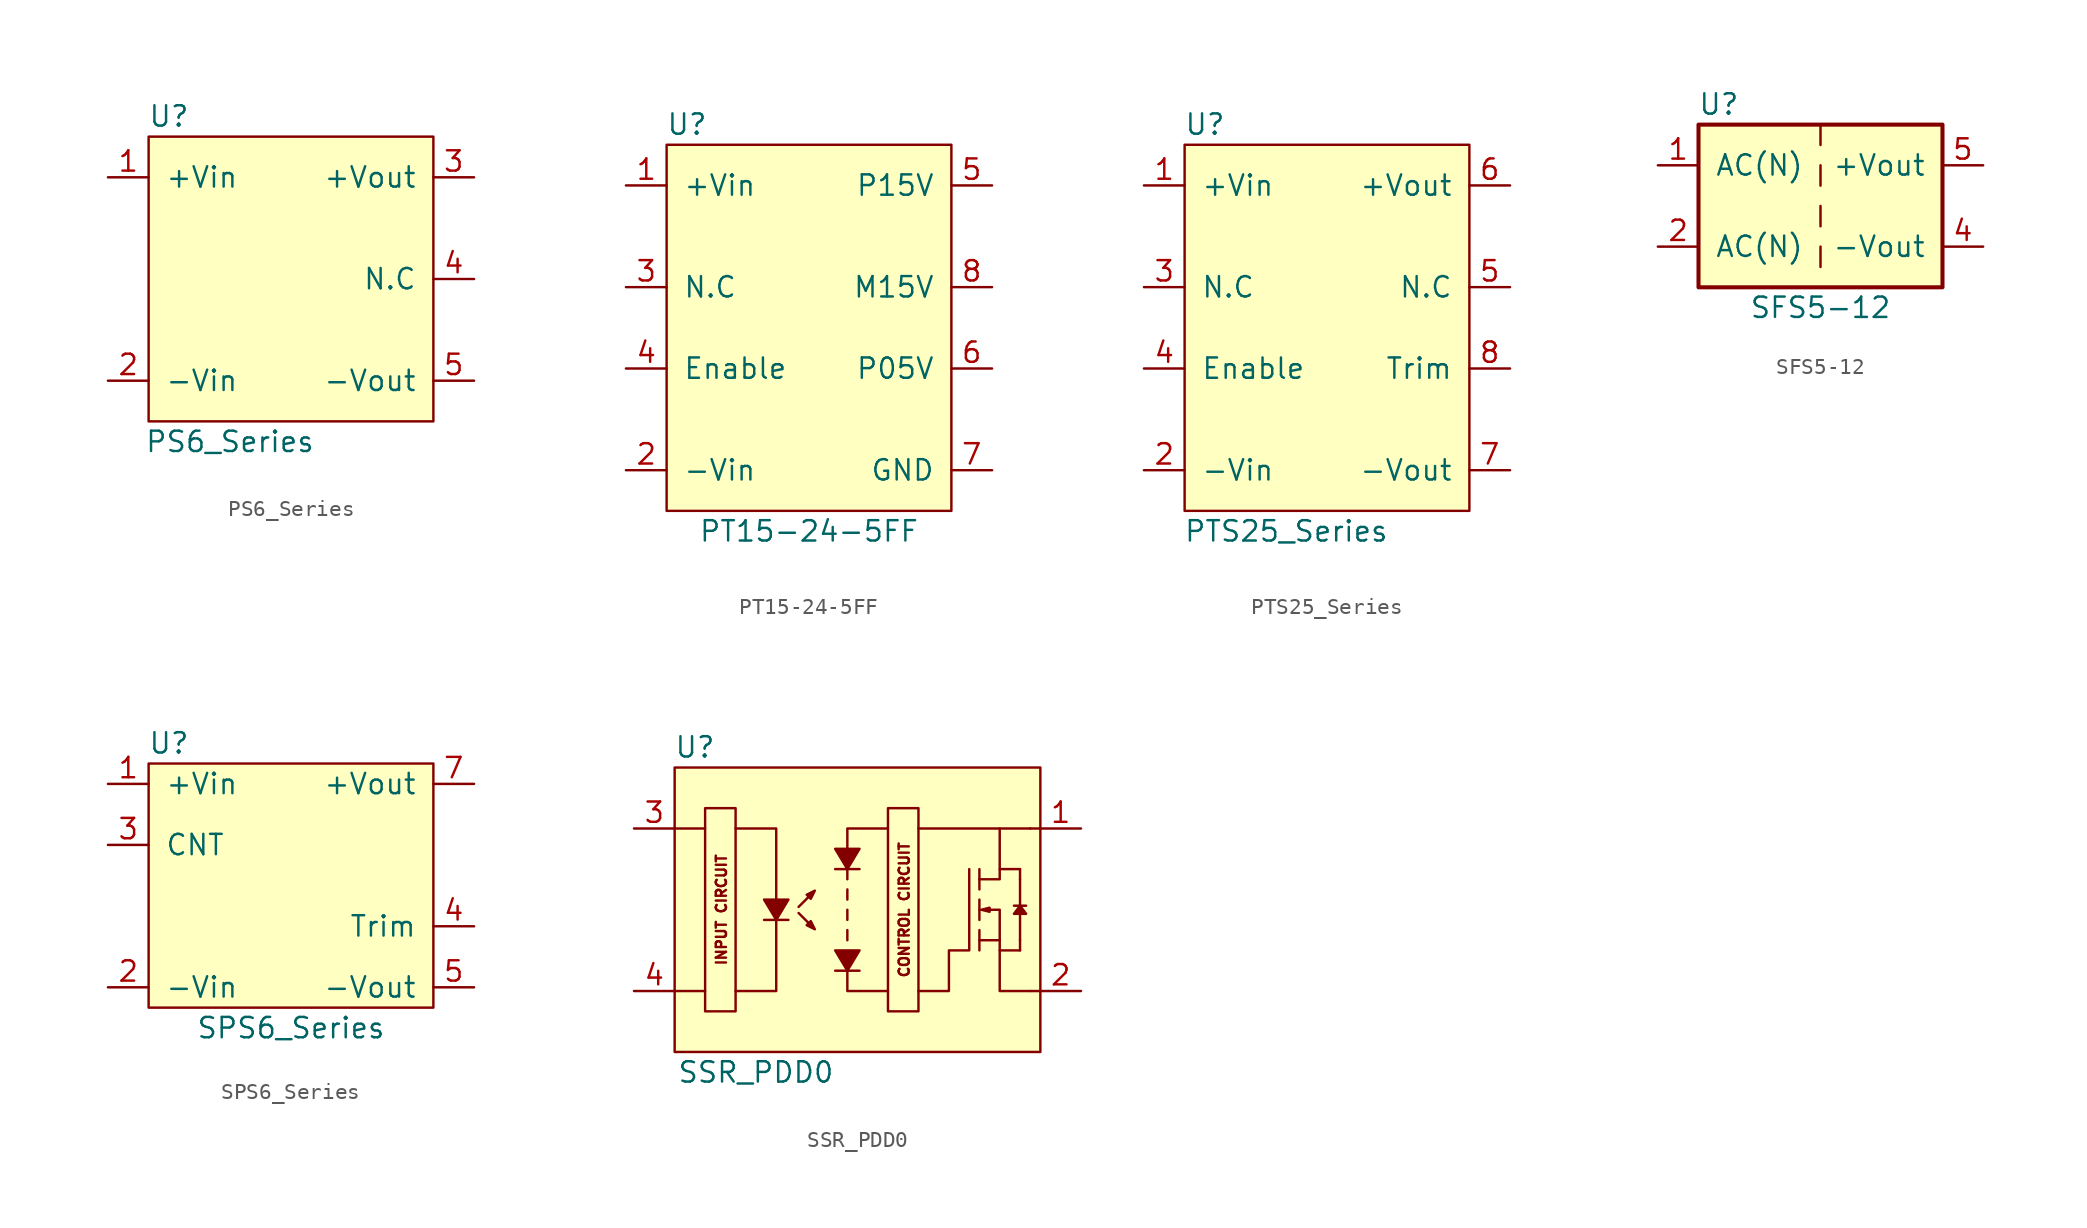
<source format=kicad_sym>
(kicad_symbol_lib
  (version 20211014)
  (generator kicad_symbol_editor)
  (symbol "PS6_Series"
    (pin_names
      (offset 1.016))
    (property "Reference" "U"
      (at -7.62 10.16 0)
      (effects (font (size 1.27 1.27))))
    (property "Value" "PS6_Series"
      (at -3.81 -10.16 0)
      (effects (font (size 1.27 1.27))))
    (symbol "PS6_Series_1_1"
      (rectangle (start 8.89 -8.89) (end -8.89 8.89) (stroke (width 0) (type default) (color 0 0 0 0)) (fill (type background)))
      (pin power_in line (at -11.43 6.35 0) (length 2.54) (name "+Vin" (effects (font (size 1.27 1.27)))) (number "1" (effects (font (size 1.27 1.27)))))
      (pin power_in line (at -11.43 -6.35 0) (length 2.54) (name "-Vin" (effects (font (size 1.27 1.27)))) (number "2" (effects (font (size 1.27 1.27)))))
      (pin power_out line (at 11.43 6.35 180) (length 2.54) (name "+Vout" (effects (font (size 1.27 1.27)))) (number "3" (effects (font (size 1.27 1.27)))))
      (pin unspecified line (at 11.43 0 180) (length 2.54) (name "N.C" (effects (font (size 1.27 1.27)))) (number "4" (effects (font (size 1.27 1.27)))))
      (pin power_out line (at 11.43 -6.35 180) (length 2.54) (name "-Vout" (effects (font (size 1.27 1.27)))) (number "5" (effects (font (size 1.27 1.27)))))))
  (symbol "PT15-24-5FF"
    (pin_names
      (offset 1.016))
    (property "Reference" "U"
      (at -7.62 12.7 0)
      (effects (font (size 1.27 1.27))))
    (property "Value" "PT15-24-5FF"
      (at 0 -12.7 0)
      (effects (font (size 1.27 1.27))))
    (symbol "PT15-24-5FF_1_1"
      (rectangle (start 8.89 -11.43) (end -8.89 11.43) (stroke (width 0) (type default) (color 0 0 0 0)) (fill (type background)))
      (pin unspecified line (at -11.43 8.89 0) (length 2.54) (name "+Vin" (effects (font (size 1.27 1.27)))) (number "1" (effects (font (size 1.27 1.27)))))
      (pin unspecified line (at -11.43 -8.89 0) (length 2.54) (name "-Vin" (effects (font (size 1.27 1.27)))) (number "2" (effects (font (size 1.27 1.27)))))
      (pin unspecified line (at -11.43 2.54 0) (length 2.54) (name "N.C" (effects (font (size 1.27 1.27)))) (number "3" (effects (font (size 1.27 1.27)))))
      (pin unspecified line (at -11.43 -2.54 0) (length 2.54) (name "Enable" (effects (font (size 1.27 1.27)))) (number "4" (effects (font (size 1.27 1.27)))))
      (pin unspecified line (at 11.43 8.89 180) (length 2.54) (name "P15V" (effects (font (size 1.27 1.27)))) (number "5" (effects (font (size 1.27 1.27)))))
      (pin unspecified line (at 11.43 -2.54 180) (length 2.54) (name "P05V" (effects (font (size 1.27 1.27)))) (number "6" (effects (font (size 1.27 1.27)))))
      (pin unspecified line (at 11.43 -8.89 180) (length 2.54) (name "GND" (effects (font (size 1.27 1.27)))) (number "7" (effects (font (size 1.27 1.27)))))
      (pin unspecified line (at 11.43 2.54 180) (length 2.54) (name "M15V" (effects (font (size 1.27 1.27)))) (number "8" (effects (font (size 1.27 1.27)))))))
  (symbol "PTS25_Series"
    (pin_names
      (offset 1.016))
    (property "Reference" "U"
      (at -7.62 12.7 0)
      (effects (font (size 1.27 1.27))))
    (property "Value" "PTS25_Series"
      (at -2.54 -12.7 0)
      (effects (font (size 1.27 1.27))))
    (symbol "PTS25_Series_0_1"
      (rectangle (start 8.89 -11.43) (end -8.89 11.43) (stroke (width 0) (type default) (color 0 0 0 0)) (fill (type background))))
    (symbol "PTS25_Series_1_1"
      (pin power_in line (at -11.43 8.89 0) (length 2.54) (name "+Vin" (effects (font (size 1.27 1.27)))) (number "1" (effects (font (size 1.27 1.27)))))
      (pin power_in line (at -11.43 -8.89 0) (length 2.54) (name "-Vin" (effects (font (size 1.27 1.27)))) (number "2" (effects (font (size 1.27 1.27)))))
      (pin unspecified line (at -11.43 2.54 0) (length 2.54) (name "N.C" (effects (font (size 1.27 1.27)))) (number "3" (effects (font (size 1.27 1.27)))))
      (pin unspecified line (at -11.43 -2.54 0) (length 2.54) (name "Enable" (effects (font (size 1.27 1.27)))) (number "4" (effects (font (size 1.27 1.27)))))
      (pin unspecified line (at 11.43 2.54 180) (length 2.54) (name "N.C" (effects (font (size 1.27 1.27)))) (number "5" (effects (font (size 1.27 1.27)))))
      (pin power_out line (at 11.43 8.89 180) (length 2.54) (name "+Vout" (effects (font (size 1.27 1.27)))) (number "6" (effects (font (size 1.27 1.27)))))
      (pin power_out line (at 11.43 -8.89 180) (length 2.54) (name "-Vout" (effects (font (size 1.27 1.27)))) (number "7" (effects (font (size 1.27 1.27)))))
      (pin unspecified line (at 11.43 -2.54 180) (length 2.54) (name "Trim" (effects (font (size 1.27 1.27)))) (number "8" (effects (font (size 1.27 1.27)))))))
  (symbol "SFS5-12"
    (pin_names
      (offset 1.016))
    (property "Reference" "U"
      (at -6.35 6.35 0)
      (effects (font (size 1.27 1.27))))
    (property "Value" "SFS5-12"
      (at 0 -6.35 0)
      (effects (font (size 1.27 1.27))))
    (symbol "SFS5-12_1_1"
      (rectangle (start -7.62 5.08) (end 7.62 -5.08) (stroke (width 0.254) (type default) (color 0 0 0 0)) (fill (type background)))
      (polyline (pts (xy 0 -2.54) (xy 0 -3.81)) (stroke (width 0) (type default) (color 0 0 0 0)) (fill (type none)))
      (polyline (pts (xy 0 0) (xy 0 -1.27)) (stroke (width 0) (type default) (color 0 0 0 0)) (fill (type none)))
      (polyline (pts (xy 0 2.54) (xy 0 1.27)) (stroke (width 0) (type default) (color 0 0 0 0)) (fill (type none)))
      (polyline (pts (xy 0 5.08) (xy 0 3.81)) (stroke (width 0) (type default) (color 0 0 0 0)) (fill (type none)))
      (pin power_in line (at -10.16 2.54 0) (length 2.54) (name "AC(N)" (effects (font (size 1.27 1.27)))) (number "1" (effects (font (size 1.27 1.27)))))
      (pin power_in line (at -10.16 -2.54 0) (length 2.54) (name "AC(N)" (effects (font (size 1.27 1.27)))) (number "2" (effects (font (size 1.27 1.27)))))
      (pin no_connect line (at 0 -7.62 90) (length 2.54) hide (name "NC" (effects (font (size 1.27 1.27)))) (number "3" (effects (font (size 1.27 1.27)))))
      (pin power_out line (at 10.16 -2.54 180) (length 2.54) (name "-Vout" (effects (font (size 1.27 1.27)))) (number "4" (effects (font (size 1.27 1.27)))))
      (pin power_out line (at 10.16 2.54 180) (length 2.54) (name "+Vout" (effects (font (size 1.27 1.27)))) (number "5" (effects (font (size 1.27 1.27)))))))
  (symbol "SPS6_Series"
    (pin_names
      (offset 1.016))
    (property "Reference" "U"
      (at -7.62 8.89 0)
      (effects (font (size 1.27 1.27))))
    (property "Value" "SPS6_Series"
      (at 0 -8.89 0)
      (effects (font (size 1.27 1.27))))
    (symbol "SPS6_Series_1_1"
      (rectangle (start 8.89 -7.62) (end -8.89 7.62) (stroke (width 0) (type default) (color 0 0 0 0)) (fill (type background)))
      (pin power_in line (at -11.43 6.35 0) (length 2.54) (name "+Vin" (effects (font (size 1.27 1.27)))) (number "1" (effects (font (size 1.27 1.27)))))
      (pin power_in line (at -11.43 -6.35 0) (length 2.54) (name "-Vin" (effects (font (size 1.27 1.27)))) (number "2" (effects (font (size 1.27 1.27)))))
      (pin unspecified line (at -11.43 2.54 0) (length 2.54) (name "CNT" (effects (font (size 1.27 1.27)))) (number "3" (effects (font (size 1.27 1.27)))))
      (pin unspecified line (at 11.43 -2.54 180) (length 2.54) (name "Trim" (effects (font (size 1.27 1.27)))) (number "4" (effects (font (size 1.27 1.27)))))
      (pin power_out line (at 11.43 -6.35 180) (length 2.54) (name "-Vout" (effects (font (size 1.27 1.27)))) (number "5" (effects (font (size 1.27 1.27)))))
      (pin no_connect line (at 11.43 2.54 180) (length 2.54) hide (name "N.C" (effects (font (size 1.27 1.27)))) (number "6" (effects (font (size 1.27 1.27)))))
      (pin power_out line (at 11.43 6.35 180) (length 2.54) (name "+Vout" (effects (font (size 1.27 1.27)))) (number "7" (effects (font (size 1.27 1.27)))))))
  (symbol "SSR_PDD0"
    (pin_names
      (offset 1.016))
    (property "Reference" "U"
      (at -7.62 10.16 0)
      (effects (font (size 1.27 1.27))))
    (property "Value" "SSR_PDD0"
      (at -3.81 -10.16 0)
      (effects (font (size 1.27 1.27))))
    (symbol "SSR_PDD0_0_0"
      (polyline (pts (xy -6.985 -5.08) (xy -8.89 -5.08)) (stroke (width 0) (type default) (color 0 0 0 0)) (fill (type none)))
      (polyline (pts (xy -6.985 5.08) (xy -8.89 5.08)) (stroke (width 0) (type default) (color 0 0 0 0)) (fill (type none)))
      (polyline (pts (xy -1.143 0.178) (xy -0.508 0.813) (xy -0.635 0.94) (xy -0.127 1.194) (xy -0.381 0.686) (xy -0.508 0.813)) (stroke (width 0) (type default) (color 0 0 0 0)) (fill (type outline)))
      (text "CONTROL CIRCUIT" (at 5.461 0 900) (effects (font (size 0.635 0.635))))
      (text "INPUT CIRCUIT" (at -5.969 0 900) (effects (font (size 0.635 0.635)))))
    (symbol "SSR_PDD0_0_1"
      (rectangle (start -8.89 8.89) (end 13.97 -8.89) (stroke (width 0) (type default) (color 0 0 0 0)) (fill (type background)))
      (polyline (pts (xy -3.302 -0.635) (xy -1.778 -0.635)) (stroke (width 0) (type default) (color 0 0 0 0)) (fill (type none)))
      (polyline (pts (xy 1.905 -1.27) (xy 1.905 -1.905)) (stroke (width 0) (type default) (color 0 0 0 0)) (fill (type none)))
      (polyline (pts (xy 1.905 0) (xy 1.905 -0.635)) (stroke (width 0) (type default) (color 0 0 0 0)) (fill (type none)))
      (polyline (pts (xy 1.905 1.27) (xy 1.905 0.635)) (stroke (width 0) (type default) (color 0 0 0 0)) (fill (type none)))
      (polyline (pts (xy 1.905 2.54) (xy 1.905 1.905)) (stroke (width 0) (type default) (color 0 0 0 0)) (fill (type none)))
      (polyline (pts (xy 10.16 -1.27) (xy 10.16 -2.54)) (stroke (width 0) (type default) (color 0 0 0 0)) (fill (type none)))
      (polyline (pts (xy 10.16 0) (xy 10.16 0)) (stroke (width 0) (type default) (color 0 0 0 0)) (fill (type none)))
      (polyline (pts (xy 10.16 0.635) (xy 10.16 -0.635)) (stroke (width 0) (type default) (color 0 0 0 0)) (fill (type none)))
      (polyline (pts (xy 10.16 1.905) (xy 10.16 1.27)) (stroke (width 0) (type default) (color 0 0 0 0)) (fill (type none)))
      (polyline (pts (xy 10.16 2.54) (xy 10.16 1.905)) (stroke (width 0) (type default) (color 0 0 0 0)) (fill (type none)))
      (polyline (pts (xy 11.43 2.54) (xy 12.7 2.54)) (stroke (width 0) (type default) (color 0 0 0 0)) (fill (type none)))
      (polyline (pts (xy 11.43 5.08) (xy 6.35 5.08)) (stroke (width 0) (type default) (color 0 0 0 0)) (fill (type none)))
      (polyline (pts (xy 12.319 0.254) (xy 13.081 0.254)) (stroke (width 0) (type default) (color 0 0 0 0)) (fill (type none)))
      (polyline (pts (xy 12.7 -1.905) (xy 12.7 -2.54)) (stroke (width 0) (type default) (color 0 0 0 0)) (fill (type none)))
      (polyline (pts (xy 12.7 -0.254) (xy 12.7 -1.905)) (stroke (width 0) (type default) (color 0 0 0 0)) (fill (type none)))
      (polyline (pts (xy 12.7 0.254) (xy 12.7 1.905)) (stroke (width 0) (type default) (color 0 0 0 0)) (fill (type none)))
      (polyline (pts (xy 12.7 2.54) (xy 12.7 1.905)) (stroke (width 0) (type default) (color 0 0 0 0)) (fill (type none)))
      (polyline (pts (xy 13.335 -5.08) (xy 13.97 -5.08)) (stroke (width 0) (type default) (color 0 0 0 0)) (fill (type none)))
      (polyline (pts (xy 13.335 5.08) (xy 13.97 5.08)) (stroke (width 0) (type default) (color 0 0 0 0)) (fill (type none)))
      (polyline (pts (xy -2.54 0.635) (xy -2.54 5.08) (xy -5.08 5.08)) (stroke (width 0) (type default) (color 0 0 0 0)) (fill (type none)))
      (polyline (pts (xy 1.905 -3.81) (xy 1.905 -5.08) (xy 4.445 -5.08)) (stroke (width 0) (type default) (color 0 0 0 0)) (fill (type none)))
      (polyline (pts (xy 1.905 3.81) (xy 1.905 5.08) (xy 4.445 5.08)) (stroke (width 0) (type default) (color 0 0 0 0)) (fill (type none)))
      (polyline (pts (xy 11.43 -2.54) (xy 12.065 -2.54) (xy 12.7 -2.54)) (stroke (width 0) (type default) (color 0 0 0 0)) (fill (type none)))
      (polyline (pts (xy 11.43 -1.905) (xy 11.43 0) (xy 10.795 0)) (stroke (width 0) (type default) (color 0 0 0 0)) (fill (type none)))
      (polyline (pts (xy 10.16 -1.905) (xy 11.43 -1.905) (xy 11.43 -5.08) (xy 13.335 -5.08)) (stroke (width 0) (type default) (color 0 0 0 0)) (fill (type none)))
      (polyline (pts (xy 10.16 1.905) (xy 11.43 1.905) (xy 11.43 5.08) (xy 13.335 5.08)) (stroke (width 0) (type default) (color 0 0 0 0)) (fill (type none)))
      (polyline (pts (xy 10.795 0.127) (xy 10.287 0) (xy 10.795 -0.127) (xy 10.795 0.127)) (stroke (width 0) (type default) (color 0 0 0 0)) (fill (type outline)))
      (polyline (pts (xy 12.7 0.254) (xy 12.319 -0.254) (xy 13.081 -0.254) (xy 12.7 0.254)) (stroke (width 0) (type default) (color 0 0 0 0)) (fill (type outline)))
      (polyline (pts (xy -2.54 0.635) (xy -1.778 0.635) (xy -2.54 -0.635) (xy -3.302 0.635) (xy -2.54 0.635)) (stroke (width 0) (type default) (color 0 0 0 0)) (fill (type outline)))
      (polyline (pts (xy 4.445 -6.35) (xy 6.35 -6.35) (xy 6.35 6.35) (xy 4.445 6.35) (xy 4.445 -6.35)) (stroke (width 0) (type default) (color 0 0 0 0)) (fill (type none)))
      (polyline (pts (xy 6.35 -5.08) (xy 8.255 -5.08) (xy 8.255 -2.54) (xy 9.525 -2.54) (xy 9.525 2.54)) (stroke (width 0) (type default) (color 0 0 0 0)) (fill (type none))))
    (symbol "SSR_PDD0_1_1"
      (polyline (pts (xy 2.667 -3.81) (xy 1.143 -3.81)) (stroke (width 0) (type default) (color 0 0 0 0)) (fill (type none)))
      (polyline (pts (xy 2.667 2.54) (xy 1.143 2.54)) (stroke (width 0) (type default) (color 0 0 0 0)) (fill (type none)))
      (polyline (pts (xy -2.54 -0.635) (xy -2.54 -5.08) (xy -5.08 -5.08)) (stroke (width 0) (type default) (color 0 0 0 0)) (fill (type none)))
      (polyline (pts (xy -6.985 -6.35) (xy -5.08 -6.35) (xy -5.08 6.35) (xy -6.985 6.35) (xy -6.985 -6.35)) (stroke (width 0) (type default) (color 0 0 0 0)) (fill (type none)))
      (polyline (pts (xy 1.905 -2.54) (xy 1.143 -2.54) (xy 1.905 -3.81) (xy 2.667 -2.54) (xy 1.905 -2.54)) (stroke (width 0) (type default) (color 0 0 0 0)) (fill (type outline)))
      (polyline (pts (xy 1.905 3.81) (xy 1.143 3.81) (xy 1.905 2.54) (xy 2.667 3.81) (xy 1.905 3.81)) (stroke (width 0) (type default) (color 0 0 0 0)) (fill (type outline)))
      (polyline (pts (xy -1.143 -0.203) (xy -0.508 -0.838) (xy -0.381 -0.711) (xy -0.127 -1.219) (xy -0.635 -0.965) (xy -0.508 -0.838)) (stroke (width 0) (type default) (color 0 0 0 0)) (fill (type outline)))
      (pin output line (at 16.51 5.08 180) (length 2.54) (name "~" (effects (font (size 1.27 1.27)))) (number "1" (effects (font (size 1.27 1.27)))))
      (pin output line (at 16.51 -5.08 180) (length 2.54) (name "~" (effects (font (size 1.27 1.27)))) (number "2" (effects (font (size 1.27 1.27)))))
      (pin input line (at -11.43 5.08 0) (length 2.54) (name "~" (effects (font (size 1.27 1.27)))) (number "3" (effects (font (size 1.27 1.27)))))
      (pin input line (at -11.43 -5.08 0) (length 2.54) (name "~" (effects (font (size 1.27 1.27)))) (number "4" (effects (font (size 1.27 1.27))))))))
</source>
